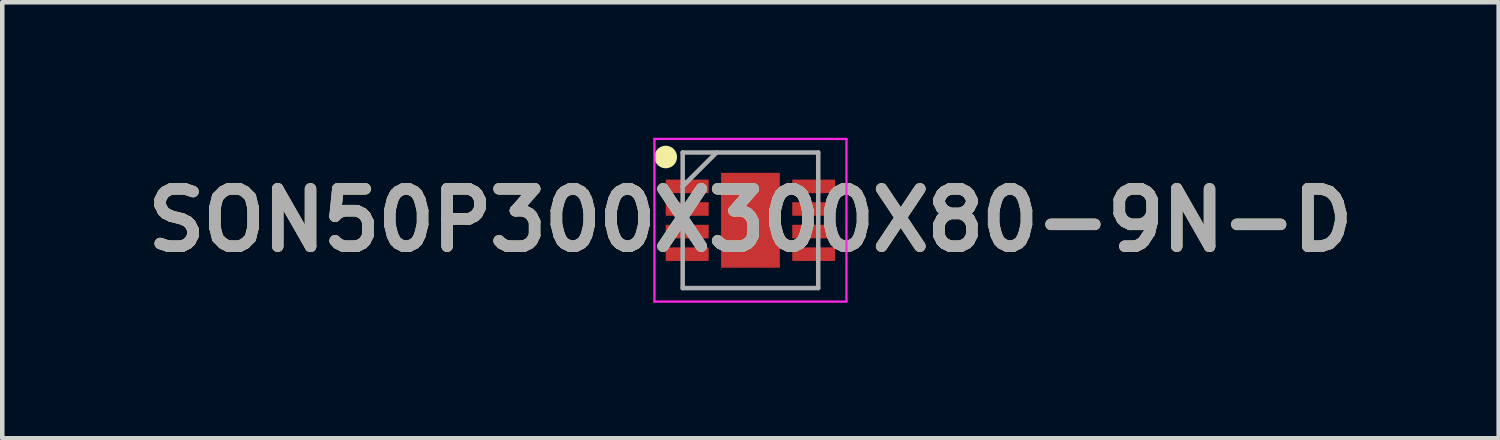
<source format=kicad_pcb>
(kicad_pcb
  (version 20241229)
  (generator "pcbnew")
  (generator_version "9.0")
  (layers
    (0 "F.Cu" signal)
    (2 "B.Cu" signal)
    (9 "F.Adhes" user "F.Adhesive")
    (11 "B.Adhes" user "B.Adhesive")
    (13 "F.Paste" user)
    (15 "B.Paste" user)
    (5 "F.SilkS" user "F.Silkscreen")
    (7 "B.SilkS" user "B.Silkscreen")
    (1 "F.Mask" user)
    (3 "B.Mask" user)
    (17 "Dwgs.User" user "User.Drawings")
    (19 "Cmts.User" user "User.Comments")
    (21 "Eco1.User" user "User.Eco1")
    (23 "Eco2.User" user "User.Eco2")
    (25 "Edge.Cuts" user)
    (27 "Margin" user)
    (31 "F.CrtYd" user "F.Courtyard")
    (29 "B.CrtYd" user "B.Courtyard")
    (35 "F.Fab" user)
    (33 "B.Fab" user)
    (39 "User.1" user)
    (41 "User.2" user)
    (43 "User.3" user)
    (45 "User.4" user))
  (footprint "SON50P300X300X80-9N-D"
    (layer "F.Cu")
    (at 13.559 1.825)
    (property "Reference" "SON50P300X300X80-9N-D" (at 0 0 0) (layer "F.SilkS") (effects (font (size 1.27 1.27) (thickness 0.254))))
    (attr smd)
    (fp_circle (center -1.875 -1.4) (end -1.875 -1.275) (stroke (width 0.25) (type solid)) (fill no) (layer "F.SilkS"))
    (fp_line (start -2.125 -1.8) (end 2.125 -1.8) (stroke (width 0.05) (type solid)) (layer "F.CrtYd"))
    (fp_line (start -2.125 1.8) (end -2.125 -1.8) (stroke (width 0.05) (type solid)) (layer "F.CrtYd"))
    (fp_line (start 2.125 -1.8) (end 2.125 1.8) (stroke (width 0.05) (type solid)) (layer "F.CrtYd"))
    (fp_line (start 2.125 1.8) (end -2.125 1.8) (stroke (width 0.05) (type solid)) (layer "F.CrtYd"))
    (fp_line (start -1.5 -1.5) (end 1.5 -1.5) (stroke (width 0.1) (type solid)) (layer "F.Fab"))
    (fp_line (start -1.5 -0.75) (end -0.75 -1.5) (stroke (width 0.1) (type solid)) (layer "F.Fab"))
    (fp_line (start -1.5 1.5) (end -1.5 -1.5) (stroke (width 0.1) (type solid)) (layer "F.Fab"))
    (fp_line (start 1.5 -1.5) (end 1.5 1.5) (stroke (width 0.1) (type solid)) (layer "F.Fab"))
    (fp_line (start 1.5 1.5) (end -1.5 1.5) (stroke (width 0.1) (type solid)) (layer "F.Fab"))
    (fp_text user "${REFERENCE}" (at 0 0 0) (layer "F.Fab") (effects (font (size 1.27 1.27) (thickness 0.254))))
    (pad "1" smd rect (at -1.4 -0.75 90) (size 0.3 0.95) (layers "F.Cu" "F.Mask" "F.Paste"))
    (pad "2" smd rect (at -1.4 -0.25 90) (size 0.3 0.95) (layers "F.Cu" "F.Mask" "F.Paste"))
    (pad "3" smd rect (at -1.4 0.25 90) (size 0.3 0.95) (layers "F.Cu" "F.Mask" "F.Paste"))
    (pad "4" smd rect (at -1.4 0.75 90) (size 0.3 0.95) (layers "F.Cu" "F.Mask" "F.Paste"))
    (pad "5" smd rect (at 1.4 0.75 90) (size 0.3 0.95) (layers "F.Cu" "F.Mask" "F.Paste"))
    (pad "6" smd rect (at 1.4 0.25 90) (size 0.3 0.95) (layers "F.Cu" "F.Mask" "F.Paste"))
    (pad "7" smd rect (at 1.4 -0.25 90) (size 0.3 0.95) (layers "F.Cu" "F.Mask" "F.Paste"))
    (pad "8" smd rect (at 1.4 -0.75 90) (size 0.3 0.95) (layers "F.Cu" "F.Mask" "F.Paste"))
    (pad "9" smd rect (at 0 0) (size 1.3 2.1) (layers "F.Cu" "F.Mask" "F.Paste")))
  (gr_rect
    (start -3 -3)
    (end 30.118 6.65)
    (stroke (width 0.1) (type default))
    (fill no)
    (layer "Edge.Cuts")))
</source>
